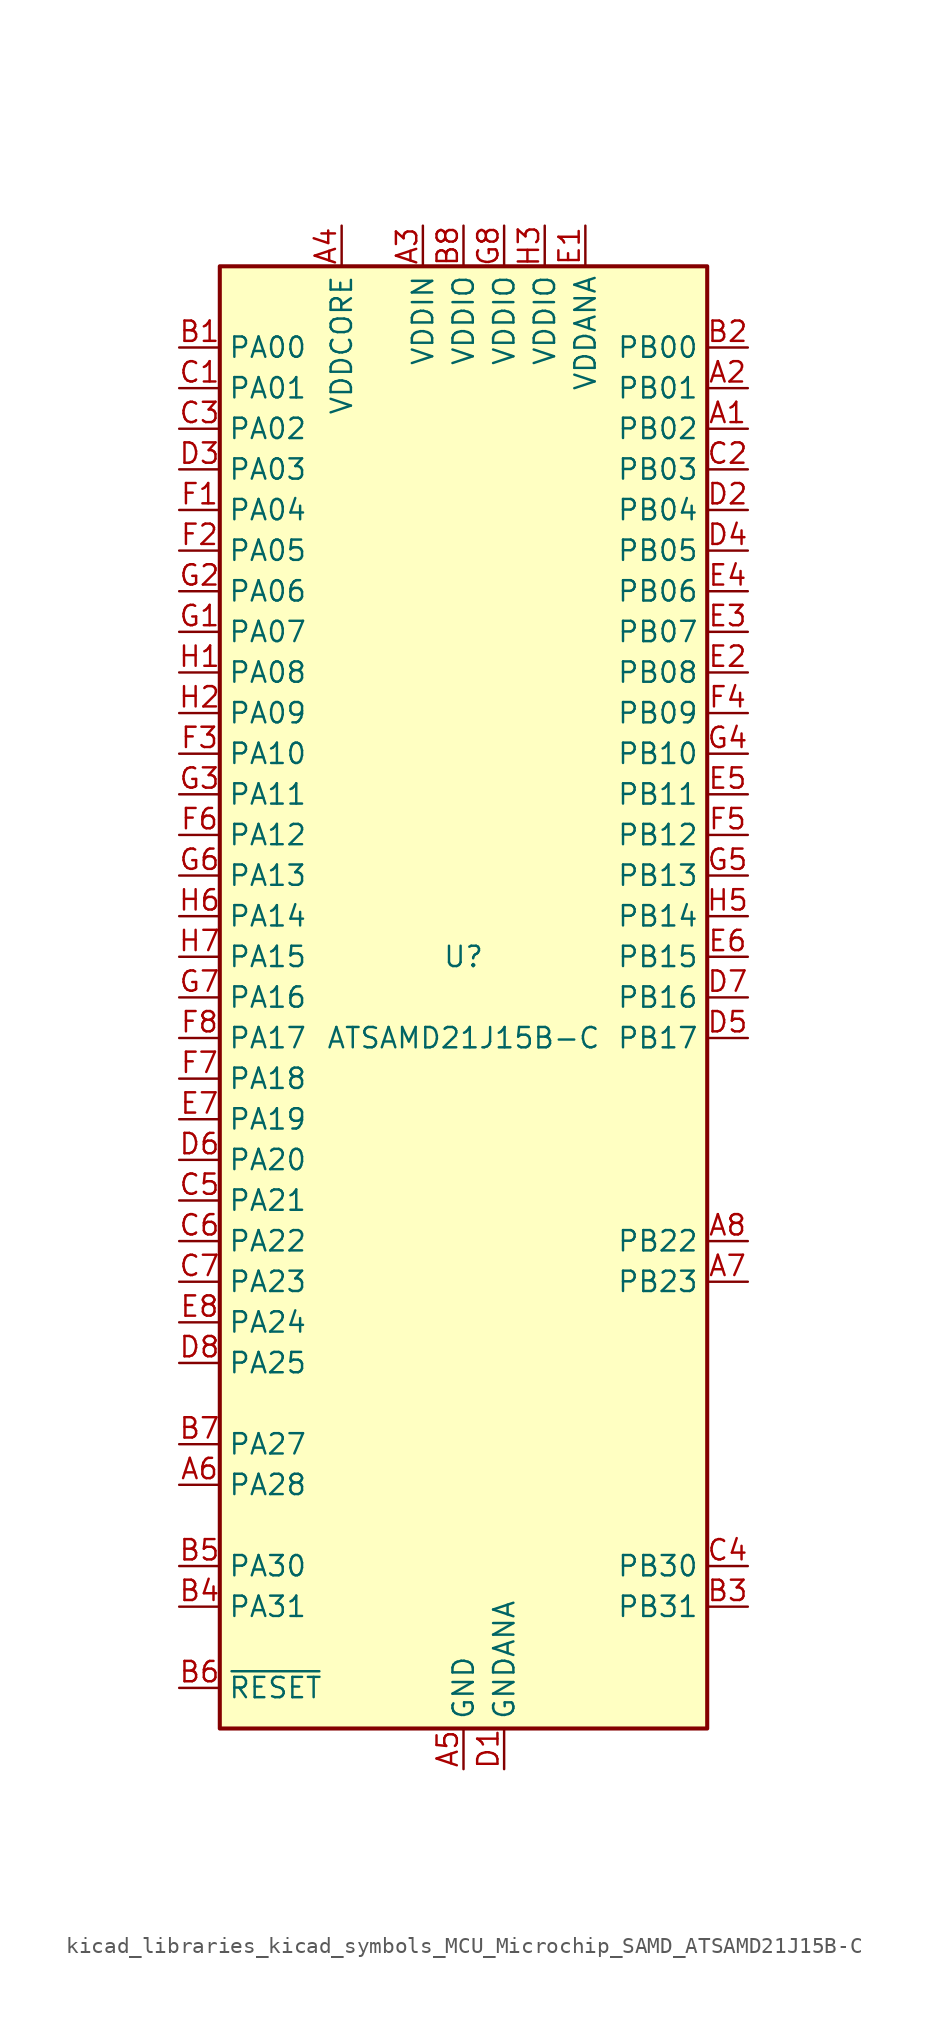
<source format=kicad_sym>
(kicad_symbol_lib
  (version 20220914)
  (generator kicad_symbol_editor)
  (symbol "kicad_libraries_kicad_symbols_MCU_Microchip_SAMD_ATSAMD21J15B-C"
    (property "Reference" "U"
      (at 0 2.54 0)
      (effects (font (size 1.27 1.27))))
    (property "Value" "ATSAMD21J15B-C"
      (at 0 -2.54 0)
      (effects (font (size 1.27 1.27))))
    (symbol "kicad_libraries_kicad_symbols_MCU_Microchip_SAMD_ATSAMD21J15B-C_0_1"
      (rectangle (start -15.24 45.72) (end 15.24 -45.72) (stroke (width 0.254) (type default)) (fill (type background))))
    (symbol "kicad_libraries_kicad_symbols_MCU_Microchip_SAMD_ATSAMD21J15B-C_1_1"
      (pin bidirectional line (at 17.78 35.56 180) (length 2.54) (name "PB02" (effects (font (size 1.27 1.27)))) (number "A1" (effects (font (size 1.27 1.27)))))
      (pin bidirectional line (at 17.78 38.1 180) (length 2.54) (name "PB01" (effects (font (size 1.27 1.27)))) (number "A2" (effects (font (size 1.27 1.27)))))
      (pin power_in line (at -2.54 48.26 270) (length 2.54) (name "VDDIN" (effects (font (size 1.27 1.27)))) (number "A3" (effects (font (size 1.27 1.27)))))
      (pin power_out line (at -7.62 48.26 270) (length 2.54) (name "VDDCORE" (effects (font (size 1.27 1.27)))) (number "A4" (effects (font (size 1.27 1.27)))))
      (pin power_in line (at 0 -48.26 90) (length 2.54) (name "GND" (effects (font (size 1.27 1.27)))) (number "A5" (effects (font (size 1.27 1.27)))))
      (pin bidirectional line (at -17.78 -30.48 0) (length 2.54) (name "PA28" (effects (font (size 1.27 1.27)))) (number "A6" (effects (font (size 1.27 1.27)))))
      (pin bidirectional line (at 17.78 -17.78 180) (length 2.54) (name "PB23" (effects (font (size 1.27 1.27)))) (number "A7" (effects (font (size 1.27 1.27)))))
      (pin bidirectional line (at 17.78 -15.24 180) (length 2.54) (name "PB22" (effects (font (size 1.27 1.27)))) (number "A8" (effects (font (size 1.27 1.27)))))
      (pin bidirectional line (at -17.78 40.64 0) (length 2.54) (name "PA00" (effects (font (size 1.27 1.27)))) (number "B1" (effects (font (size 1.27 1.27)))))
      (pin bidirectional line (at 17.78 40.64 180) (length 2.54) (name "PB00" (effects (font (size 1.27 1.27)))) (number "B2" (effects (font (size 1.27 1.27)))))
      (pin bidirectional line (at 17.78 -38.1 180) (length 2.54) (name "PB31" (effects (font (size 1.27 1.27)))) (number "B3" (effects (font (size 1.27 1.27)))))
      (pin bidirectional line (at -17.78 -38.1 0) (length 2.54) (name "PA31" (effects (font (size 1.27 1.27)))) (number "B4" (effects (font (size 1.27 1.27)))))
      (pin bidirectional line (at -17.78 -35.56 0) (length 2.54) (name "PA30" (effects (font (size 1.27 1.27)))) (number "B5" (effects (font (size 1.27 1.27)))))
      (pin input line (at -17.78 -43.18 0) (length 2.54) (name "~{RESET}" (effects (font (size 1.27 1.27)))) (number "B6" (effects (font (size 1.27 1.27)))))
      (pin bidirectional line (at -17.78 -27.94 0) (length 2.54) (name "PA27" (effects (font (size 1.27 1.27)))) (number "B7" (effects (font (size 1.27 1.27)))))
      (pin power_in line (at 0 48.26 270) (length 2.54) (name "VDDIO" (effects (font (size 1.27 1.27)))) (number "B8" (effects (font (size 1.27 1.27)))))
      (pin bidirectional line (at -17.78 38.1 0) (length 2.54) (name "PA01" (effects (font (size 1.27 1.27)))) (number "C1" (effects (font (size 1.27 1.27)))))
      (pin bidirectional line (at 17.78 33.02 180) (length 2.54) (name "PB03" (effects (font (size 1.27 1.27)))) (number "C2" (effects (font (size 1.27 1.27)))))
      (pin bidirectional line (at -17.78 35.56 0) (length 2.54) (name "PA02" (effects (font (size 1.27 1.27)))) (number "C3" (effects (font (size 1.27 1.27)))))
      (pin bidirectional line (at 17.78 -35.56 180) (length 2.54) (name "PB30" (effects (font (size 1.27 1.27)))) (number "C4" (effects (font (size 1.27 1.27)))))
      (pin bidirectional line (at -17.78 -12.7 0) (length 2.54) (name "PA21" (effects (font (size 1.27 1.27)))) (number "C5" (effects (font (size 1.27 1.27)))))
      (pin bidirectional line (at -17.78 -15.24 0) (length 2.54) (name "PA22" (effects (font (size 1.27 1.27)))) (number "C6" (effects (font (size 1.27 1.27)))))
      (pin bidirectional line (at -17.78 -17.78 0) (length 2.54) (name "PA23" (effects (font (size 1.27 1.27)))) (number "C7" (effects (font (size 1.27 1.27)))))
      (pin passive line (at 0 -48.26 90) (length 2.54) hide (name "GND" (effects (font (size 1.27 1.27)))) (number "C8" (effects (font (size 1.27 1.27)))))
      (pin power_in line (at 2.54 -48.26 90) (length 2.54) (name "GNDANA" (effects (font (size 1.27 1.27)))) (number "D1" (effects (font (size 1.27 1.27)))))
      (pin bidirectional line (at 17.78 30.48 180) (length 2.54) (name "PB04" (effects (font (size 1.27 1.27)))) (number "D2" (effects (font (size 1.27 1.27)))))
      (pin bidirectional line (at -17.78 33.02 0) (length 2.54) (name "PA03" (effects (font (size 1.27 1.27)))) (number "D3" (effects (font (size 1.27 1.27)))))
      (pin bidirectional line (at 17.78 27.94 180) (length 2.54) (name "PB05" (effects (font (size 1.27 1.27)))) (number "D4" (effects (font (size 1.27 1.27)))))
      (pin bidirectional line (at 17.78 -2.54 180) (length 2.54) (name "PB17" (effects (font (size 1.27 1.27)))) (number "D5" (effects (font (size 1.27 1.27)))))
      (pin bidirectional line (at -17.78 -10.16 0) (length 2.54) (name "PA20" (effects (font (size 1.27 1.27)))) (number "D6" (effects (font (size 1.27 1.27)))))
      (pin bidirectional line (at 17.78 0 180) (length 2.54) (name "PB16" (effects (font (size 1.27 1.27)))) (number "D7" (effects (font (size 1.27 1.27)))))
      (pin bidirectional line (at -17.78 -22.86 0) (length 2.54) (name "PA25" (effects (font (size 1.27 1.27)))) (number "D8" (effects (font (size 1.27 1.27)))))
      (pin power_in line (at 7.62 48.26 270) (length 2.54) (name "VDDANA" (effects (font (size 1.27 1.27)))) (number "E1" (effects (font (size 1.27 1.27)))))
      (pin bidirectional line (at 17.78 20.32 180) (length 2.54) (name "PB08" (effects (font (size 1.27 1.27)))) (number "E2" (effects (font (size 1.27 1.27)))))
      (pin bidirectional line (at 17.78 22.86 180) (length 2.54) (name "PB07" (effects (font (size 1.27 1.27)))) (number "E3" (effects (font (size 1.27 1.27)))))
      (pin bidirectional line (at 17.78 25.4 180) (length 2.54) (name "PB06" (effects (font (size 1.27 1.27)))) (number "E4" (effects (font (size 1.27 1.27)))))
      (pin bidirectional line (at 17.78 12.7 180) (length 2.54) (name "PB11" (effects (font (size 1.27 1.27)))) (number "E5" (effects (font (size 1.27 1.27)))))
      (pin bidirectional line (at 17.78 2.54 180) (length 2.54) (name "PB15" (effects (font (size 1.27 1.27)))) (number "E6" (effects (font (size 1.27 1.27)))))
      (pin bidirectional line (at -17.78 -7.62 0) (length 2.54) (name "PA19" (effects (font (size 1.27 1.27)))) (number "E7" (effects (font (size 1.27 1.27)))))
      (pin bidirectional line (at -17.78 -20.32 0) (length 2.54) (name "PA24" (effects (font (size 1.27 1.27)))) (number "E8" (effects (font (size 1.27 1.27)))))
      (pin bidirectional line (at -17.78 30.48 0) (length 2.54) (name "PA04" (effects (font (size 1.27 1.27)))) (number "F1" (effects (font (size 1.27 1.27)))))
      (pin bidirectional line (at -17.78 27.94 0) (length 2.54) (name "PA05" (effects (font (size 1.27 1.27)))) (number "F2" (effects (font (size 1.27 1.27)))))
      (pin bidirectional line (at -17.78 15.24 0) (length 2.54) (name "PA10" (effects (font (size 1.27 1.27)))) (number "F3" (effects (font (size 1.27 1.27)))))
      (pin bidirectional line (at 17.78 17.78 180) (length 2.54) (name "PB09" (effects (font (size 1.27 1.27)))) (number "F4" (effects (font (size 1.27 1.27)))))
      (pin bidirectional line (at 17.78 10.16 180) (length 2.54) (name "PB12" (effects (font (size 1.27 1.27)))) (number "F5" (effects (font (size 1.27 1.27)))))
      (pin bidirectional line (at -17.78 10.16 0) (length 2.54) (name "PA12" (effects (font (size 1.27 1.27)))) (number "F6" (effects (font (size 1.27 1.27)))))
      (pin bidirectional line (at -17.78 -5.08 0) (length 2.54) (name "PA18" (effects (font (size 1.27 1.27)))) (number "F7" (effects (font (size 1.27 1.27)))))
      (pin bidirectional line (at -17.78 -2.54 0) (length 2.54) (name "PA17" (effects (font (size 1.27 1.27)))) (number "F8" (effects (font (size 1.27 1.27)))))
      (pin bidirectional line (at -17.78 22.86 0) (length 2.54) (name "PA07" (effects (font (size 1.27 1.27)))) (number "G1" (effects (font (size 1.27 1.27)))))
      (pin bidirectional line (at -17.78 25.4 0) (length 2.54) (name "PA06" (effects (font (size 1.27 1.27)))) (number "G2" (effects (font (size 1.27 1.27)))))
      (pin bidirectional line (at -17.78 12.7 0) (length 2.54) (name "PA11" (effects (font (size 1.27 1.27)))) (number "G3" (effects (font (size 1.27 1.27)))))
      (pin bidirectional line (at 17.78 15.24 180) (length 2.54) (name "PB10" (effects (font (size 1.27 1.27)))) (number "G4" (effects (font (size 1.27 1.27)))))
      (pin bidirectional line (at 17.78 7.62 180) (length 2.54) (name "PB13" (effects (font (size 1.27 1.27)))) (number "G5" (effects (font (size 1.27 1.27)))))
      (pin bidirectional line (at -17.78 7.62 0) (length 2.54) (name "PA13" (effects (font (size 1.27 1.27)))) (number "G6" (effects (font (size 1.27 1.27)))))
      (pin bidirectional line (at -17.78 0 0) (length 2.54) (name "PA16" (effects (font (size 1.27 1.27)))) (number "G7" (effects (font (size 1.27 1.27)))))
      (pin power_in line (at 2.54 48.26 270) (length 2.54) (name "VDDIO" (effects (font (size 1.27 1.27)))) (number "G8" (effects (font (size 1.27 1.27)))))
      (pin bidirectional line (at -17.78 20.32 0) (length 2.54) (name "PA08" (effects (font (size 1.27 1.27)))) (number "H1" (effects (font (size 1.27 1.27)))))
      (pin bidirectional line (at -17.78 17.78 0) (length 2.54) (name "PA09" (effects (font (size 1.27 1.27)))) (number "H2" (effects (font (size 1.27 1.27)))))
      (pin power_in line (at 5.08 48.26 270) (length 2.54) (name "VDDIO" (effects (font (size 1.27 1.27)))) (number "H3" (effects (font (size 1.27 1.27)))))
      (pin passive line (at 0 -48.26 90) (length 2.54) hide (name "GND" (effects (font (size 1.27 1.27)))) (number "H4" (effects (font (size 1.27 1.27)))))
      (pin bidirectional line (at 17.78 5.08 180) (length 2.54) (name "PB14" (effects (font (size 1.27 1.27)))) (number "H5" (effects (font (size 1.27 1.27)))))
      (pin bidirectional line (at -17.78 5.08 0) (length 2.54) (name "PA14" (effects (font (size 1.27 1.27)))) (number "H6" (effects (font (size 1.27 1.27)))))
      (pin bidirectional line (at -17.78 2.54 0) (length 2.54) (name "PA15" (effects (font (size 1.27 1.27)))) (number "H7" (effects (font (size 1.27 1.27)))))
      (pin passive line (at 0 -48.26 90) (length 2.54) hide (name "GND" (effects (font (size 1.27 1.27)))) (number "H8" (effects (font (size 1.27 1.27))))))))
</source>
